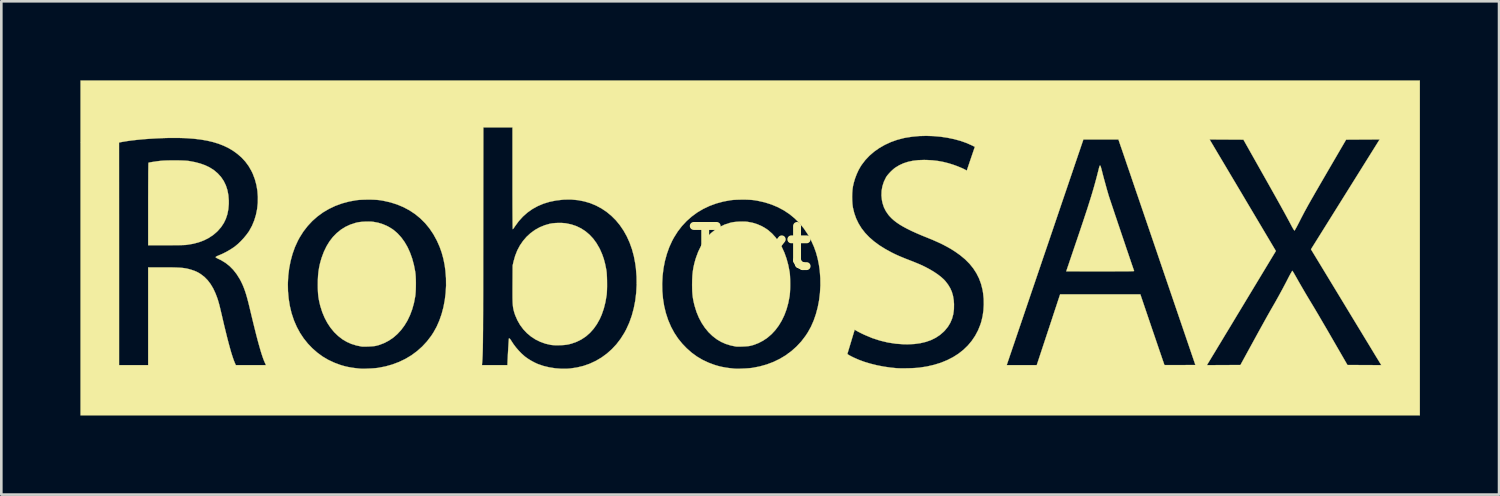
<source format=kicad_pcb>
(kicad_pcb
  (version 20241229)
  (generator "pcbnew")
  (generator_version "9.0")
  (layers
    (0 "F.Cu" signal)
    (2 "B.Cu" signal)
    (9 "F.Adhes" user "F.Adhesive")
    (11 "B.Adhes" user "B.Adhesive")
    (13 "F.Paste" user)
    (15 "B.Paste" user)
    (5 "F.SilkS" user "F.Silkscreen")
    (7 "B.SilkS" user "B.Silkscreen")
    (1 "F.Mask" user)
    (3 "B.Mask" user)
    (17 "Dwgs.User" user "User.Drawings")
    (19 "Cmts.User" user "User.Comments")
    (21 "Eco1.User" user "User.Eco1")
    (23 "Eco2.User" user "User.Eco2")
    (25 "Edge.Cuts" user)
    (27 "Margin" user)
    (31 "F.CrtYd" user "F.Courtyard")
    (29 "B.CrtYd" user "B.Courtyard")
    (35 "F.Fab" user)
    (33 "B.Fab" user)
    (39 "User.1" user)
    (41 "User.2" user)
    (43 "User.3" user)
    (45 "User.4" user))
  (footprint "Text"
    (layer "F.Cu")
    (at 25.405 6.355)
    (property "Reference" "Text" (at 0 0 0) (layer "F.SilkS") (effects (font (size 1.524 1.524) (thickness 0.3))))
    (attr through_hole)
    (fp_poly (pts (xy -21.708 -3.321) (xy -21.591 -3.318) (xy -21.483 -3.314) (xy -21.39 -3.309) (xy -21.315 -3.302) (xy -21.285 -3.298) (xy -21.062 -3.256) (xy -20.861 -3.203) (xy -20.68 -3.139) (xy -20.517 -3.062) (xy -20.372 -2.973) (xy -20.334 -2.946) (xy -20.191 -2.824) (xy -20.069 -2.688) (xy -19.968 -2.538) (xy -19.888 -2.374) (xy -19.83 -2.197) (xy -19.793 -2.005) (xy -19.777 -1.8) (xy -19.777 -1.67) (xy -19.794 -1.468) (xy -19.83 -1.282) (xy -19.887 -1.109) (xy -19.964 -0.948) (xy -20.063 -0.798) (xy -20.185 -0.656) (xy -20.218 -0.622) (xy -20.366 -0.494) (xy -20.533 -0.383) (xy -20.717 -0.289) (xy -20.918 -0.214) (xy -21.135 -0.157) (xy -21.369 -0.119) (xy -21.402 -0.115) (xy -21.441 -0.112) (xy -21.503 -0.11) (xy -21.585 -0.107) (xy -21.684 -0.105) (xy -21.797 -0.104) (xy -21.922 -0.103) (xy -22.056 -0.102) (xy -22.18 -0.102) (xy -22.835 -0.102) (xy -22.835 -1.663) (xy -22.835 -1.881) (xy -22.834 -2.088) (xy -22.834 -2.281) (xy -22.833 -2.46) (xy -22.832 -2.623) (xy -22.832 -2.77) (xy -22.831 -2.898) (xy -22.829 -3.007) (xy -22.828 -3.096) (xy -22.827 -3.164) (xy -22.825 -3.209) (xy -22.824 -3.23) (xy -22.823 -3.231) (xy -22.804 -3.238) (xy -22.764 -3.246) (xy -22.708 -3.256) (xy -22.64 -3.267) (xy -22.566 -3.278) (xy -22.49 -3.289) (xy -22.416 -3.298) (xy -22.365 -3.304) (xy -22.283 -3.311) (xy -22.185 -3.316) (xy -22.074 -3.319) (xy -21.954 -3.321) (xy -21.831 -3.322) (xy -21.708 -3.321)) (stroke (width 0.01) (type solid)) (fill yes) (layer "F.SilkS"))
    (fp_poly (pts (xy -7.139 -0.948) (xy -7.023 -0.939) (xy -6.986 -0.934) (xy -6.783 -0.892) (xy -6.592 -0.828) (xy -6.413 -0.741) (xy -6.247 -0.633) (xy -6.094 -0.503) (xy -5.954 -0.353) (xy -5.829 -0.182) (xy -5.718 0.01) (xy -5.689 0.069) (xy -5.614 0.241) (xy -5.552 0.418) (xy -5.502 0.606) (xy -5.461 0.811) (xy -5.452 0.864) (xy -5.444 0.932) (xy -5.438 1.021) (xy -5.433 1.125) (xy -5.43 1.238) (xy -5.429 1.355) (xy -5.429 1.471) (xy -5.432 1.581) (xy -5.436 1.679) (xy -5.442 1.761) (xy -5.446 1.791) (xy -5.491 2.056) (xy -5.553 2.302) (xy -5.632 2.53) (xy -5.707 2.699) (xy -5.816 2.894) (xy -5.94 3.068) (xy -6.078 3.222) (xy -6.23 3.355) (xy -6.397 3.467) (xy -6.577 3.557) (xy -6.772 3.627) (xy -6.902 3.66) (xy -6.982 3.673) (xy -7.079 3.683) (xy -7.187 3.689) (xy -7.298 3.691) (xy -7.404 3.69) (xy -7.498 3.684) (xy -7.561 3.677) (xy -7.765 3.631) (xy -7.959 3.562) (xy -8.141 3.473) (xy -8.31 3.363) (xy -8.465 3.234) (xy -8.604 3.087) (xy -8.726 2.924) (xy -8.829 2.745) (xy -8.913 2.552) (xy -8.939 2.476) (xy -8.955 2.423) (xy -8.969 2.374) (xy -8.98 2.325) (xy -8.99 2.273) (xy -8.998 2.218) (xy -9.004 2.156) (xy -9.009 2.085) (xy -9.012 2.002) (xy -9.014 1.905) (xy -9.015 1.792) (xy -9.015 1.661) (xy -9.015 1.508) (xy -9.014 1.37) (xy -9.01 0.667) (xy -8.975 0.51) (xy -8.914 0.295) (xy -8.834 0.093) (xy -8.734 -0.095) (xy -8.616 -0.267) (xy -8.481 -0.424) (xy -8.331 -0.562) (xy -8.165 -0.683) (xy -7.986 -0.783) (xy -7.794 -0.862) (xy -7.607 -0.916) (xy -7.506 -0.934) (xy -7.389 -0.945) (xy -7.264 -0.95) (xy -7.139 -0.948)) (stroke (width 0.01) (type solid)) (fill yes) (layer "F.SilkS"))
    (fp_poly (pts (xy -14.377 -0.999) (xy -14.296 -0.991) (xy -14.107 -0.956) (xy -13.923 -0.898) (xy -13.746 -0.82) (xy -13.583 -0.723) (xy -13.523 -0.68) (xy -13.372 -0.55) (xy -13.234 -0.398) (xy -13.109 -0.226) (xy -12.998 -0.035) (xy -12.902 0.176) (xy -12.82 0.404) (xy -12.754 0.65) (xy -12.704 0.908) (xy -12.694 0.989) (xy -12.687 1.09) (xy -12.682 1.205) (xy -12.68 1.328) (xy -12.681 1.453) (xy -12.684 1.574) (xy -12.69 1.687) (xy -12.698 1.784) (xy -12.705 1.835) (xy -12.753 2.087) (xy -12.819 2.324) (xy -12.902 2.547) (xy -13 2.753) (xy -13.115 2.943) (xy -13.243 3.115) (xy -13.386 3.269) (xy -13.542 3.404) (xy -13.711 3.518) (xy -13.892 3.611) (xy -14.084 3.683) (xy -14.207 3.715) (xy -14.249 3.722) (xy -14.31 3.728) (xy -14.384 3.734) (xy -14.464 3.738) (xy -14.544 3.741) (xy -14.62 3.743) (xy -14.683 3.742) (xy -14.73 3.74) (xy -14.738 3.739) (xy -14.94 3.698) (xy -15.125 3.641) (xy -15.298 3.564) (xy -15.461 3.468) (xy -15.467 3.464) (xy -15.629 3.339) (xy -15.779 3.194) (xy -15.915 3.029) (xy -16.037 2.846) (xy -16.143 2.647) (xy -16.232 2.434) (xy -16.304 2.207) (xy -16.313 2.172) (xy -16.34 2.058) (xy -16.362 1.954) (xy -16.378 1.854) (xy -16.389 1.752) (xy -16.396 1.642) (xy -16.4 1.518) (xy -16.401 1.397) (xy -16.399 1.21) (xy -16.39 1.041) (xy -16.374 0.886) (xy -16.35 0.738) (xy -16.318 0.59) (xy -16.275 0.437) (xy -16.254 0.368) (xy -16.17 0.144) (xy -16.071 -0.062) (xy -15.956 -0.25) (xy -15.826 -0.418) (xy -15.681 -0.566) (xy -15.523 -0.694) (xy -15.351 -0.801) (xy -15.166 -0.887) (xy -14.968 -0.951) (xy -14.903 -0.967) (xy -14.816 -0.982) (xy -14.711 -0.993) (xy -14.598 -0.999) (xy -14.484 -1.001) (xy -14.377 -0.999)) (stroke (width 0.01) (type solid)) (fill yes) (layer "F.SilkS"))
    (fp_poly (pts (xy -0.179 -0.999) (xy -0.097 -0.991) (xy 0.091 -0.956) (xy 0.276 -0.898) (xy 0.452 -0.82) (xy 0.615 -0.723) (xy 0.675 -0.68) (xy 0.827 -0.55) (xy 0.965 -0.398) (xy 1.09 -0.226) (xy 1.2 -0.035) (xy 1.297 0.176) (xy 1.378 0.404) (xy 1.445 0.65) (xy 1.495 0.908) (xy 1.505 0.989) (xy 1.512 1.09) (xy 1.516 1.205) (xy 1.518 1.328) (xy 1.518 1.453) (xy 1.515 1.574) (xy 1.509 1.687) (xy 1.5 1.784) (xy 1.494 1.835) (xy 1.445 2.087) (xy 1.38 2.324) (xy 1.297 2.547) (xy 1.198 2.753) (xy 1.084 2.943) (xy 0.955 3.115) (xy 0.812 3.269) (xy 0.656 3.404) (xy 0.487 3.518) (xy 0.307 3.611) (xy 0.115 3.683) (xy -0.009 3.715) (xy -0.051 3.722) (xy -0.112 3.728) (xy -0.185 3.734) (xy -0.265 3.738) (xy -0.346 3.741) (xy -0.421 3.743) (xy -0.485 3.742) (xy -0.531 3.74) (xy -0.54 3.739) (xy -0.741 3.698) (xy -0.927 3.641) (xy -1.099 3.564) (xy -1.263 3.468) (xy -1.268 3.464) (xy -1.431 3.339) (xy -1.581 3.194) (xy -1.717 3.029) (xy -1.839 2.846) (xy -1.945 2.647) (xy -2.034 2.434) (xy -2.105 2.207) (xy -2.114 2.172) (xy -2.142 2.058) (xy -2.163 1.954) (xy -2.179 1.854) (xy -2.19 1.752) (xy -2.198 1.642) (xy -2.201 1.518) (xy -2.203 1.397) (xy -2.2 1.21) (xy -2.192 1.041) (xy -2.176 0.886) (xy -2.152 0.738) (xy -2.119 0.59) (xy -2.077 0.437) (xy -2.055 0.368) (xy -1.972 0.144) (xy -1.872 -0.062) (xy -1.757 -0.25) (xy -1.627 -0.418) (xy -1.483 -0.566) (xy -1.324 -0.694) (xy -1.152 -0.801) (xy -0.967 -0.887) (xy -0.77 -0.951) (xy -0.705 -0.967) (xy -0.617 -0.982) (xy -0.513 -0.993) (xy -0.399 -0.999) (xy -0.285 -1.001) (xy -0.179 -0.999)) (stroke (width 0.01) (type solid)) (fill yes) (layer "F.SilkS"))
    (fp_poly (pts (xy 13.283 -3.116) (xy 13.298 -3.081) (xy 13.315 -3.022) (xy 13.332 -2.959) (xy 13.358 -2.856) (xy 13.389 -2.736) (xy 13.424 -2.605) (xy 13.462 -2.468) (xy 13.499 -2.332) (xy 13.535 -2.203) (xy 13.569 -2.087) (xy 13.596 -1.994) (xy 13.605 -1.965) (xy 13.622 -1.914) (xy 13.645 -1.843) (xy 13.675 -1.754) (xy 13.71 -1.649) (xy 13.75 -1.53) (xy 13.794 -1.399) (xy 13.841 -1.257) (xy 13.892 -1.107) (xy 13.944 -0.95) (xy 13.999 -0.789) (xy 14.054 -0.625) (xy 14.109 -0.461) (xy 14.165 -0.297) (xy 14.219 -0.137) (xy 14.271 0.019) (xy 14.322 0.167) (xy 14.369 0.306) (xy 14.413 0.435) (xy 14.452 0.551) (xy 14.487 0.653) (xy 14.516 0.737) (xy 14.539 0.804) (xy 14.555 0.85) (xy 14.563 0.872) (xy 14.561 0.875) (xy 14.55 0.877) (xy 14.53 0.88) (xy 14.498 0.882) (xy 14.455 0.883) (xy 14.398 0.885) (xy 14.327 0.886) (xy 14.239 0.887) (xy 14.134 0.887) (xy 14.01 0.888) (xy 13.867 0.888) (xy 13.702 0.889) (xy 13.514 0.889) (xy 13.302 0.889) (xy 13.279 0.889) (xy 13.101 0.889) (xy 12.929 0.889) (xy 12.767 0.889) (xy 12.615 0.889) (xy 12.476 0.888) (xy 12.351 0.888) (xy 12.241 0.888) (xy 12.149 0.887) (xy 12.077 0.887) (xy 12.025 0.887) (xy 11.995 0.886) (xy 11.989 0.886) (xy 11.993 0.874) (xy 12.004 0.839) (xy 12.023 0.783) (xy 12.048 0.709) (xy 12.08 0.616) (xy 12.116 0.508) (xy 12.158 0.384) (xy 12.204 0.248) (xy 12.254 0.101) (xy 12.307 -0.056) (xy 12.363 -0.221) (xy 12.409 -0.356) (xy 12.499 -0.622) (xy 12.581 -0.867) (xy 12.656 -1.091) (xy 12.724 -1.298) (xy 12.787 -1.488) (xy 12.843 -1.665) (xy 12.895 -1.829) (xy 12.943 -1.984) (xy 12.987 -2.131) (xy 13.028 -2.271) (xy 13.067 -2.408) (xy 13.104 -2.543) (xy 13.14 -2.677) (xy 13.175 -2.814) (xy 13.211 -2.954) (xy 13.231 -3.035) (xy 13.245 -3.087) (xy 13.258 -3.118) (xy 13.27 -3.128) (xy 13.283 -3.116)) (stroke (width 0.01) (type solid)) (fill yes) (layer "F.SilkS"))
    (fp_poly (pts (xy 25.4 6.35) (xy -25.4 6.35) (xy -25.4 -3.999) (xy -23.94 -3.999) (xy -23.939 0.223) (xy -23.939 4.445) (xy -22.835 4.445) (xy -22.835 0.737) (xy -22.266 0.737) (xy -22.096 0.737) (xy -21.949 0.738) (xy -21.822 0.741) (xy -21.712 0.745) (xy -21.616 0.75) (xy -21.532 0.757) (xy -21.457 0.767) (xy -21.387 0.778) (xy -21.322 0.793) (xy -21.256 0.81) (xy -21.189 0.83) (xy -21.18 0.833) (xy -21.075 0.869) (xy -20.985 0.908) (xy -20.899 0.955) (xy -20.834 0.997) (xy -20.7 1.1) (xy -20.578 1.224) (xy -20.468 1.369) (xy -20.368 1.536) (xy -20.28 1.725) (xy -20.218 1.888) (xy -20.2 1.94) (xy -20.184 1.991) (xy -20.169 2.042) (xy -20.153 2.097) (xy -20.136 2.159) (xy -20.118 2.232) (xy -20.097 2.318) (xy -20.073 2.42) (xy -20.044 2.541) (xy -20.021 2.642) (xy -19.956 2.921) (xy -19.894 3.175) (xy -19.837 3.406) (xy -19.783 3.613) (xy -19.733 3.797) (xy -19.687 3.959) (xy -19.643 4.099) (xy -19.603 4.218) (xy -19.566 4.315) (xy -19.545 4.366) (xy -19.509 4.445) (xy -18.366 4.445) (xy -18.408 4.353) (xy -18.441 4.278) (xy -18.475 4.189) (xy -18.511 4.085) (xy -18.55 3.964) (xy -18.591 3.826) (xy -18.635 3.671) (xy -18.683 3.496) (xy -18.734 3.301) (xy -18.788 3.085) (xy -18.847 2.848) (xy -18.91 2.587) (xy -18.978 2.303) (xy -18.985 2.273) (xy -19.033 2.076) (xy -19.079 1.902) (xy -19.124 1.746) (xy -19.17 1.607) (xy -19.217 1.482) (xy -19.266 1.366) (xy -19.276 1.347) (xy -17.537 1.347) (xy -17.532 1.634) (xy -17.507 1.918) (xy -17.462 2.197) (xy -17.398 2.468) (xy -17.312 2.727) (xy -17.304 2.75) (xy -17.198 2.994) (xy -17.076 3.22) (xy -16.936 3.431) (xy -16.777 3.629) (xy -16.608 3.805) (xy -16.418 3.972) (xy -16.218 4.118) (xy -16.005 4.244) (xy -15.777 4.351) (xy -15.557 4.433) (xy -15.452 4.465) (xy -15.349 4.493) (xy -15.243 4.516) (xy -15.128 4.537) (xy -15 4.555) (xy -14.853 4.572) (xy -14.802 4.577) (xy -14.749 4.58) (xy -14.676 4.581) (xy -14.589 4.58) (xy -14.494 4.576) (xy -14.395 4.572) (xy -14.3 4.566) (xy -14.213 4.559) (xy -14.139 4.551) (xy -14.116 4.548) (xy -13.837 4.494) (xy -13.663 4.445) (xy -10.174 4.445) (xy -9.207 4.445) (xy -9.207 4.41) (xy -9.206 4.377) (xy -9.204 4.325) (xy -9.201 4.257) (xy -9.197 4.177) (xy -9.193 4.088) (xy -9.188 3.994) (xy -9.182 3.897) (xy -9.177 3.801) (xy -9.171 3.709) (xy -9.166 3.625) (xy -9.161 3.552) (xy -9.157 3.494) (xy -9.154 3.453) (xy -9.152 3.434) (xy -9.152 3.433) (xy -9.135 3.43) (xy -9.112 3.448) (xy -9.081 3.489) (xy -9.058 3.526) (xy -8.979 3.647) (xy -8.885 3.772) (xy -8.781 3.892) (xy -8.673 4.004) (xy -8.565 4.1) (xy -8.522 4.135) (xy -8.415 4.21) (xy -8.295 4.283) (xy -8.173 4.348) (xy -8.058 4.401) (xy -8.049 4.404) (xy -7.843 4.475) (xy -7.623 4.528) (xy -7.395 4.564) (xy -7.164 4.582) (xy -6.937 4.58) (xy -6.831 4.572) (xy -6.573 4.534) (xy -6.324 4.474) (xy -6.085 4.39) (xy -5.857 4.284) (xy -5.641 4.157) (xy -5.438 4.009) (xy -5.249 3.841) (xy -5.074 3.654) (xy -4.916 3.448) (xy -4.774 3.223) (xy -4.7 3.086) (xy -4.586 2.835) (xy -4.491 2.568) (xy -4.416 2.289) (xy -4.359 1.999) (xy -4.323 1.7) (xy -4.306 1.395) (xy -4.307 1.347) (xy -3.338 1.347) (xy -3.333 1.634) (xy -3.308 1.918) (xy -3.264 2.197) (xy -3.199 2.468) (xy -3.114 2.727) (xy -3.105 2.75) (xy -3 2.994) (xy -2.878 3.22) (xy -2.738 3.431) (xy -2.578 3.629) (xy -2.409 3.805) (xy -2.22 3.972) (xy -2.02 4.118) (xy -1.807 4.244) (xy -1.579 4.351) (xy -1.359 4.433) (xy -1.254 4.465) (xy -1.151 4.493) (xy -1.044 4.516) (xy -0.93 4.537) (xy -0.801 4.555) (xy -0.654 4.572) (xy -0.603 4.577) (xy -0.55 4.58) (xy -0.477 4.581) (xy -0.39 4.58) (xy -0.295 4.576) (xy -0.197 4.572) (xy -0.101 4.566) (xy -0.014 4.559) (xy 0.059 4.551) (xy 0.083 4.548) (xy 0.361 4.494) (xy 0.628 4.419) (xy 0.883 4.323) (xy 1.124 4.206) (xy 1.351 4.07) (xy 1.419 4.02) (xy 3.686 4.02) (xy 3.713 4.042) (xy 3.734 4.056) (xy 3.772 4.078) (xy 3.825 4.106) (xy 3.886 4.137) (xy 3.918 4.153) (xy 4.115 4.24) (xy 4.332 4.32) (xy 4.566 4.39) (xy 4.812 4.451) (xy 5.067 4.5) (xy 5.328 4.538) (xy 5.539 4.559) (xy 5.625 4.564) (xy 5.73 4.566) (xy 5.848 4.566) (xy 5.972 4.564) (xy 6.097 4.561) (xy 6.216 4.555) (xy 6.324 4.548) (xy 6.413 4.54) (xy 6.413 4.54) (xy 6.702 4.496) (xy 6.922 4.445) (xy 17.324 4.445) (xy 18.595 4.439) (xy 19.1 3.516) (xy 19.181 3.368) (xy 19.262 3.22) (xy 19.342 3.075) (xy 19.419 2.936) (xy 19.491 2.806) (xy 19.558 2.685) (xy 19.618 2.577) (xy 19.671 2.484) (xy 19.714 2.408) (xy 19.746 2.351) (xy 19.752 2.341) (xy 19.911 2.065) (xy 20.057 1.804) (xy 20.195 1.551) (xy 20.327 1.301) (xy 20.374 1.209) (xy 20.418 1.123) (xy 20.459 1.045) (xy 20.496 0.978) (xy 20.526 0.925) (xy 20.549 0.887) (xy 20.562 0.868) (xy 20.565 0.867) (xy 20.575 0.879) (xy 20.595 0.91) (xy 20.623 0.956) (xy 20.656 1.014) (xy 20.694 1.08) (xy 20.698 1.086) (xy 20.811 1.287) (xy 20.936 1.503) (xy 21.069 1.731) (xy 21.209 1.965) (xy 21.33 2.165) (xy 21.368 2.228) (xy 21.417 2.31) (xy 21.476 2.41) (xy 21.544 2.524) (xy 21.618 2.651) (xy 21.698 2.788) (xy 21.783 2.933) (xy 21.871 3.083) (xy 21.96 3.237) (xy 22.049 3.391) (xy 22.093 3.467) (xy 22.655 4.439) (xy 23.939 4.445) (xy 23.821 4.251) (xy 23.802 4.22) (xy 23.77 4.169) (xy 23.727 4.098) (xy 23.673 4.009) (xy 23.609 3.903) (xy 23.535 3.781) (xy 23.453 3.645) (xy 23.362 3.496) (xy 23.264 3.335) (xy 23.16 3.163) (xy 23.049 2.981) (xy 22.934 2.791) (xy 22.814 2.594) (xy 22.691 2.391) (xy 22.565 2.183) (xy 22.487 2.054) (xy 21.271 0.051) (xy 23.875 -4.115) (xy 23.239 -4.112) (xy 22.604 -4.108) (xy 21.949 -2.985) (xy 21.823 -2.768) (xy 21.709 -2.572) (xy 21.606 -2.395) (xy 21.514 -2.235) (xy 21.43 -2.091) (xy 21.356 -1.96) (xy 21.288 -1.843) (xy 21.228 -1.737) (xy 21.173 -1.64) (xy 21.124 -1.551) (xy 21.079 -1.468) (xy 21.036 -1.391) (xy 20.997 -1.317) (xy 20.959 -1.244) (xy 20.921 -1.172) (xy 20.883 -1.098) (xy 20.845 -1.022) (xy 20.834 -1) (xy 20.786 -0.907) (xy 20.743 -0.825) (xy 20.706 -0.757) (xy 20.677 -0.706) (xy 20.656 -0.673) (xy 20.645 -0.66) (xy 20.644 -0.66) (xy 20.633 -0.671) (xy 20.612 -0.701) (xy 20.584 -0.747) (xy 20.552 -0.804) (xy 20.529 -0.848) (xy 20.489 -0.923) (xy 20.448 -1.001) (xy 20.404 -1.082) (xy 20.357 -1.169) (xy 20.306 -1.263) (xy 20.251 -1.364) (xy 20.189 -1.475) (xy 20.122 -1.597) (xy 20.047 -1.731) (xy 19.965 -1.878) (xy 19.874 -2.041) (xy 19.773 -2.22) (xy 19.662 -2.418) (xy 19.54 -2.634) (xy 19.414 -2.857) (xy 18.709 -4.108) (xy 17.426 -4.115) (xy 17.537 -3.928) (xy 17.556 -3.897) (xy 17.586 -3.845) (xy 17.628 -3.774) (xy 17.681 -3.685) (xy 17.744 -3.579) (xy 17.816 -3.458) (xy 17.897 -3.322) (xy 17.986 -3.173) (xy 18.081 -3.013) (xy 18.183 -2.841) (xy 18.29 -2.661) (xy 18.403 -2.472) (xy 18.519 -2.276) (xy 18.639 -2.075) (xy 18.761 -1.869) (xy 18.794 -1.813) (xy 19.94 0.115) (xy 18.826 1.959) (xy 18.703 2.163) (xy 18.581 2.365) (xy 18.461 2.563) (xy 18.345 2.756) (xy 18.233 2.942) (xy 18.125 3.12) (xy 18.023 3.288) (xy 17.928 3.446) (xy 17.84 3.592) (xy 17.76 3.723) (xy 17.69 3.84) (xy 17.629 3.941) (xy 17.579 4.023) (xy 17.54 4.087) (xy 17.518 4.124) (xy 17.324 4.445) (xy 6.922 4.445) (xy 6.923 4.445) (xy 9.73 4.445) (xy 10.869 4.445) (xy 11.233 3.343) (xy 11.288 3.176) (xy 11.343 3.011) (xy 11.396 2.85) (xy 11.447 2.696) (xy 11.494 2.551) (xy 11.538 2.418) (xy 11.578 2.297) (xy 11.613 2.193) (xy 11.641 2.106) (xy 11.663 2.039) (xy 11.676 2) (xy 11.756 1.759) (xy 14.799 1.759) (xy 15.253 3.097) (xy 15.314 3.274) (xy 15.372 3.445) (xy 15.427 3.607) (xy 15.479 3.759) (xy 15.527 3.9) (xy 15.571 4.028) (xy 15.61 4.142) (xy 15.643 4.239) (xy 15.671 4.319) (xy 15.692 4.38) (xy 15.706 4.421) (xy 15.713 4.439) (xy 15.713 4.44) (xy 15.727 4.441) (xy 15.763 4.442) (xy 15.82 4.442) (xy 15.894 4.443) (xy 15.984 4.443) (xy 16.086 4.443) (xy 16.198 4.442) (xy 16.303 4.442) (xy 16.887 4.439) (xy 15.511 0.406) (xy 15.405 0.094) (xy 15.3 -0.214) (xy 15.197 -0.516) (xy 15.096 -0.811) (xy 14.998 -1.098) (xy 14.903 -1.377) (xy 14.811 -1.646) (xy 14.723 -1.905) (xy 14.638 -2.151) (xy 14.558 -2.386) (xy 14.483 -2.607) (xy 14.413 -2.813) (xy 14.347 -3.005) (xy 14.287 -3.179) (xy 14.234 -3.337) (xy 14.186 -3.477) (xy 14.145 -3.597) (xy 14.111 -3.697) (xy 14.084 -3.776) (xy 14.064 -3.833) (xy 14.052 -3.867) (xy 14.051 -3.87) (xy 13.967 -4.115) (xy 13.303 -4.115) (xy 12.639 -4.115) (xy 12.601 -4.004) (xy 12.594 -3.983) (xy 12.579 -3.939) (xy 12.557 -3.874) (xy 12.527 -3.786) (xy 12.491 -3.679) (xy 12.447 -3.552) (xy 12.398 -3.406) (xy 12.342 -3.243) (xy 12.281 -3.063) (xy 12.215 -2.867) (xy 12.143 -2.657) (xy 12.067 -2.432) (xy 11.986 -2.194) (xy 11.901 -1.945) (xy 11.812 -1.684) (xy 11.72 -1.412) (xy 11.625 -1.132) (xy 11.527 -0.843) (xy 11.426 -0.546) (xy 11.323 -0.243) (xy 11.218 0.066) (xy 11.208 0.095) (xy 11.102 0.405) (xy 10.999 0.71) (xy 10.897 1.009) (xy 10.798 1.301) (xy 10.701 1.585) (xy 10.608 1.859) (xy 10.518 2.124) (xy 10.432 2.378) (xy 10.35 2.62) (xy 10.272 2.85) (xy 10.198 3.065) (xy 10.13 3.266) (xy 10.067 3.452) (xy 10.01 3.621) (xy 9.958 3.772) (xy 9.913 3.906) (xy 9.874 4.019) (xy 9.842 4.113) (xy 9.818 4.186) (xy 9.801 4.236) (xy 9.791 4.263) (xy 9.791 4.264) (xy 9.73 4.445) (xy 6.923 4.445) (xy 6.974 4.433) (xy 7.231 4.354) (xy 7.471 4.256) (xy 7.694 4.142) (xy 7.899 4.012) (xy 8.086 3.865) (xy 8.255 3.702) (xy 8.404 3.524) (xy 8.534 3.331) (xy 8.644 3.124) (xy 8.733 2.902) (xy 8.769 2.788) (xy 8.816 2.587) (xy 8.847 2.374) (xy 8.86 2.154) (xy 8.857 1.932) (xy 8.835 1.716) (xy 8.813 1.583) (xy 8.757 1.363) (xy 8.68 1.155) (xy 8.581 0.959) (xy 8.461 0.773) (xy 8.319 0.598) (xy 8.154 0.432) (xy 7.965 0.275) (xy 7.785 0.147) (xy 7.634 0.05) (xy 7.477 -0.04) (xy 7.311 -0.128) (xy 7.132 -0.213) (xy 6.936 -0.3) (xy 6.736 -0.382) (xy 6.506 -0.475) (xy 6.299 -0.564) (xy 6.114 -0.648) (xy 5.949 -0.73) (xy 5.802 -0.809) (xy 5.672 -0.886) (xy 5.557 -0.964) (xy 5.455 -1.042) (xy 5.366 -1.122) (xy 5.287 -1.204) (xy 5.241 -1.258) (xy 5.147 -1.394) (xy 5.074 -1.538) (xy 5.022 -1.695) (xy 4.998 -1.808) (xy 4.979 -1.99) (xy 4.985 -2.169) (xy 5.016 -2.343) (xy 5.071 -2.512) (xy 5.149 -2.673) (xy 5.158 -2.689) (xy 5.198 -2.747) (xy 5.254 -2.813) (xy 5.318 -2.883) (xy 5.387 -2.95) (xy 5.454 -3.008) (xy 5.502 -3.045) (xy 5.653 -3.137) (xy 5.814 -3.211) (xy 5.986 -3.267) (xy 6.173 -3.307) (xy 6.375 -3.33) (xy 6.594 -3.338) (xy 6.699 -3.336) (xy 6.919 -3.324) (xy 7.123 -3.3) (xy 7.32 -3.264) (xy 7.519 -3.214) (xy 7.684 -3.163) (xy 7.776 -3.131) (xy 7.871 -3.095) (xy 7.964 -3.057) (xy 8.049 -3.021) (xy 8.12 -2.987) (xy 8.173 -2.959) (xy 8.176 -2.957) (xy 8.202 -2.942) (xy 8.216 -2.936) (xy 8.217 -2.937) (xy 8.221 -2.949) (xy 8.232 -2.983) (xy 8.25 -3.036) (xy 8.273 -3.105) (xy 8.301 -3.187) (xy 8.332 -3.28) (xy 8.366 -3.38) (xy 8.369 -3.388) (xy 8.521 -3.835) (xy 8.42 -3.886) (xy 8.209 -3.98) (xy 7.98 -4.061) (xy 7.736 -4.128) (xy 7.48 -4.181) (xy 7.217 -4.22) (xy 6.948 -4.243) (xy 6.679 -4.252) (xy 6.411 -4.245) (xy 6.15 -4.221) (xy 5.897 -4.182) (xy 5.819 -4.166) (xy 5.569 -4.1) (xy 5.332 -4.015) (xy 5.107 -3.911) (xy 4.896 -3.79) (xy 4.701 -3.653) (xy 4.524 -3.5) (xy 4.366 -3.333) (xy 4.228 -3.152) (xy 4.187 -3.089) (xy 4.11 -2.953) (xy 4.04 -2.8) (xy 3.978 -2.637) (xy 3.929 -2.472) (xy 3.897 -2.33) (xy 3.881 -2.214) (xy 3.871 -2.084) (xy 3.867 -1.945) (xy 3.87 -1.806) (xy 3.878 -1.675) (xy 3.892 -1.559) (xy 3.896 -1.535) (xy 3.947 -1.323) (xy 4.018 -1.121) (xy 4.11 -0.929) (xy 4.222 -0.747) (xy 4.357 -0.574) (xy 4.514 -0.409) (xy 4.693 -0.253) (xy 4.896 -0.103) (xy 5.123 0.039) (xy 5.373 0.176) (xy 5.391 0.184) (xy 5.449 0.213) (xy 5.504 0.24) (xy 5.558 0.265) (xy 5.616 0.291) (xy 5.679 0.318) (xy 5.751 0.348) (xy 5.833 0.382) (xy 5.93 0.421) (xy 6.044 0.465) (xy 6.177 0.517) (xy 6.242 0.543) (xy 6.437 0.624) (xy 6.623 0.711) (xy 6.799 0.804) (xy 6.962 0.9) (xy 7.109 0.999) (xy 7.238 1.098) (xy 7.346 1.195) (xy 7.405 1.259) (xy 7.507 1.392) (xy 7.588 1.526) (xy 7.65 1.666) (xy 7.693 1.816) (xy 7.72 1.98) (xy 7.731 2.129) (xy 7.728 2.326) (xy 7.704 2.509) (xy 7.658 2.68) (xy 7.591 2.839) (xy 7.501 2.988) (xy 7.388 3.127) (xy 7.342 3.175) (xy 7.198 3.3) (xy 7.038 3.406) (xy 6.861 3.494) (xy 6.667 3.562) (xy 6.456 3.612) (xy 6.229 3.643) (xy 5.984 3.655) (xy 5.829 3.654) (xy 5.522 3.632) (xy 5.219 3.585) (xy 4.921 3.513) (xy 4.626 3.417) (xy 4.335 3.295) (xy 4.213 3.237) (xy 4.151 3.205) (xy 4.093 3.175) (xy 4.046 3.149) (xy 4.014 3.131) (xy 4.012 3.13) (xy 3.963 3.099) (xy 3.944 3.166) (xy 3.935 3.194) (xy 3.92 3.243) (xy 3.9 3.31) (xy 3.876 3.39) (xy 3.849 3.48) (xy 3.82 3.577) (xy 3.805 3.626) (xy 3.686 4.02) (xy 1.419 4.02) (xy 1.563 3.913) (xy 1.759 3.738) (xy 1.939 3.545) (xy 2.1 3.334) (xy 2.188 3.2) (xy 2.306 2.987) (xy 2.408 2.755) (xy 2.493 2.509) (xy 2.562 2.25) (xy 2.614 1.982) (xy 2.647 1.706) (xy 2.663 1.426) (xy 2.66 1.144) (xy 2.639 0.863) (xy 2.608 0.644) (xy 2.56 0.403) (xy 2.498 0.176) (xy 2.42 -0.043) (xy 2.323 -0.261) (xy 2.311 -0.286) (xy 2.182 -0.522) (xy 2.035 -0.74) (xy 1.871 -0.94) (xy 1.69 -1.12) (xy 1.493 -1.282) (xy 1.28 -1.424) (xy 1.052 -1.546) (xy 0.808 -1.648) (xy 0.551 -1.73) (xy 0.279 -1.791) (xy 0.146 -1.813) (xy 0.06 -1.822) (xy -0.046 -1.829) (xy -0.164 -1.833) (xy -0.29 -1.834) (xy -0.415 -1.832) (xy -0.535 -1.828) (xy -0.644 -1.822) (xy -0.734 -1.812) (xy -0.737 -1.812) (xy -1.016 -1.761) (xy -1.283 -1.689) (xy -1.537 -1.596) (xy -1.778 -1.482) (xy -2.004 -1.349) (xy -2.214 -1.195) (xy -2.409 -1.023) (xy -2.588 -0.832) (xy -2.749 -0.623) (xy -2.892 -0.396) (xy -2.957 -0.276) (xy -3.069 -0.032) (xy -3.161 0.227) (xy -3.235 0.497) (xy -3.289 0.775) (xy -3.323 1.059) (xy -3.338 1.347) (xy -4.307 1.347) (xy -4.31 1.086) (xy -4.334 0.776) (xy -4.358 0.597) (xy -4.411 0.316) (xy -4.483 0.049) (xy -4.573 -0.203) (xy -4.68 -0.44) (xy -4.804 -0.661) (xy -4.943 -0.865) (xy -5.097 -1.052) (xy -5.266 -1.22) (xy -5.448 -1.37) (xy -5.643 -1.5) (xy -5.849 -1.61) (xy -6.067 -1.7) (xy -6.295 -1.767) (xy -6.532 -1.813) (xy -6.779 -1.836) (xy -7.033 -1.835) (xy -7.098 -1.831) (xy -7.36 -1.801) (xy -7.607 -1.751) (xy -7.84 -1.68) (xy -8.057 -1.588) (xy -8.26 -1.476) (xy -8.447 -1.344) (xy -8.62 -1.191) (xy -8.777 -1.018) (xy -8.919 -0.825) (xy -8.925 -0.816) (xy -8.955 -0.771) (xy -8.981 -0.736) (xy -8.999 -0.715) (xy -9.005 -0.711) (xy -9.007 -0.724) (xy -9.008 -0.761) (xy -9.01 -0.822) (xy -9.011 -0.906) (xy -9.012 -1.013) (xy -9.013 -1.142) (xy -9.014 -1.291) (xy -9.015 -1.461) (xy -9.016 -1.65) (xy -9.016 -1.857) (xy -9.017 -2.083) (xy -9.017 -2.326) (xy -9.017 -2.586) (xy -9.017 -2.642) (xy -9.017 -4.572) (xy -10.121 -4.572) (xy -10.126 -0.403) (xy -10.126 -0.008) (xy -10.127 0.362) (xy -10.127 0.709) (xy -10.127 1.033) (xy -10.128 1.335) (xy -10.128 1.616) (xy -10.129 1.877) (xy -10.13 2.119) (xy -10.13 2.343) (xy -10.131 2.549) (xy -10.132 2.738) (xy -10.133 2.912) (xy -10.133 3.071) (xy -10.135 3.217) (xy -10.136 3.349) (xy -10.137 3.469) (xy -10.138 3.578) (xy -10.14 3.676) (xy -10.141 3.766) (xy -10.143 3.846) (xy -10.145 3.919) (xy -10.147 3.985) (xy -10.149 4.045) (xy -10.151 4.1) (xy -10.154 4.151) (xy -10.156 4.199) (xy -10.159 4.244) (xy -10.162 4.288) (xy -10.165 4.331) (xy -10.167 4.347) (xy -10.174 4.445) (xy -13.663 4.445) (xy -13.57 4.419) (xy -13.316 4.323) (xy -13.074 4.206) (xy -12.847 4.07) (xy -12.635 3.913) (xy -12.439 3.738) (xy -12.26 3.545) (xy -12.098 3.334) (xy -12.011 3.2) (xy -11.893 2.987) (xy -11.791 2.755) (xy -11.705 2.509) (xy -11.636 2.25) (xy -11.585 1.982) (xy -11.551 1.706) (xy -11.535 1.426) (xy -11.538 1.144) (xy -11.56 0.863) (xy -11.59 0.644) (xy -11.639 0.403) (xy -11.701 0.176) (xy -11.779 -0.043) (xy -11.876 -0.261) (xy -11.888 -0.286) (xy -12.017 -0.522) (xy -12.164 -0.74) (xy -12.328 -0.94) (xy -12.509 -1.12) (xy -12.706 -1.282) (xy -12.919 -1.424) (xy -13.147 -1.546) (xy -13.39 -1.648) (xy -13.648 -1.73) (xy -13.919 -1.791) (xy -14.052 -1.813) (xy -14.139 -1.822) (xy -14.244 -1.829) (xy -14.363 -1.833) (xy -14.488 -1.834) (xy -14.614 -1.832) (xy -14.734 -1.828) (xy -14.842 -1.822) (xy -14.932 -1.812) (xy -14.935 -1.812) (xy -15.215 -1.761) (xy -15.482 -1.689) (xy -15.736 -1.596) (xy -15.976 -1.482) (xy -16.202 -1.349) (xy -16.413 -1.195) (xy -16.608 -1.023) (xy -16.786 -0.832) (xy -16.948 -0.623) (xy -17.091 -0.396) (xy -17.156 -0.276) (xy -17.268 -0.032) (xy -17.36 0.227) (xy -17.433 0.497) (xy -17.487 0.775) (xy -17.522 1.059) (xy -17.537 1.347) (xy -19.276 1.347) (xy -19.319 1.258) (xy -19.362 1.178) (xy -19.479 0.992) (xy -19.608 0.828) (xy -19.748 0.686) (xy -19.902 0.565) (xy -20.068 0.464) (xy -20.176 0.412) (xy -20.232 0.385) (xy -20.266 0.363) (xy -20.276 0.349) (xy -20.264 0.333) (xy -20.23 0.313) (xy -20.172 0.288) (xy -20.167 0.286) (xy -20.019 0.223) (xy -19.868 0.147) (xy -19.721 0.062) (xy -19.588 -0.025) (xy -19.541 -0.059) (xy -19.432 -0.15) (xy -19.32 -0.257) (xy -19.211 -0.374) (xy -19.111 -0.495) (xy -19.025 -0.612) (xy -19.001 -0.649) (xy -18.896 -0.84) (xy -18.811 -1.045) (xy -18.746 -1.259) (xy -18.701 -1.481) (xy -18.677 -1.708) (xy -18.674 -1.937) (xy -18.691 -2.165) (xy -18.729 -2.389) (xy -18.788 -2.608) (xy -18.868 -2.818) (xy -18.918 -2.922) (xy -19.024 -3.106) (xy -19.148 -3.274) (xy -19.289 -3.428) (xy -19.452 -3.569) (xy -19.615 -3.687) (xy -19.783 -3.787) (xy -19.965 -3.875) (xy -20.161 -3.952) (xy -20.373 -4.017) (xy -20.601 -4.071) (xy -20.847 -4.113) (xy -21.111 -4.144) (xy -21.395 -4.165) (xy -21.7 -4.174) (xy -22.026 -4.174) (xy -22.24 -4.168) (xy -22.509 -4.157) (xy -22.767 -4.142) (xy -23.013 -4.124) (xy -23.244 -4.102) (xy -23.458 -4.078) (xy -23.651 -4.051) (xy -23.823 -4.022) (xy -23.873 -4.012) (xy -23.94 -3.999) (xy -25.4 -3.999) (xy -25.4 -6.35) (xy 25.4 -6.35) (xy 25.4 6.35)) (stroke (width 0.01) (type solid)) (fill yes) (layer "F.SilkS")))
  (gr_rect
    (start -3 -3)
    (end 53.81 15.71)
    (stroke (width 0.1) (type default))
    (fill no)
    (layer "Edge.Cuts")))
</source>
